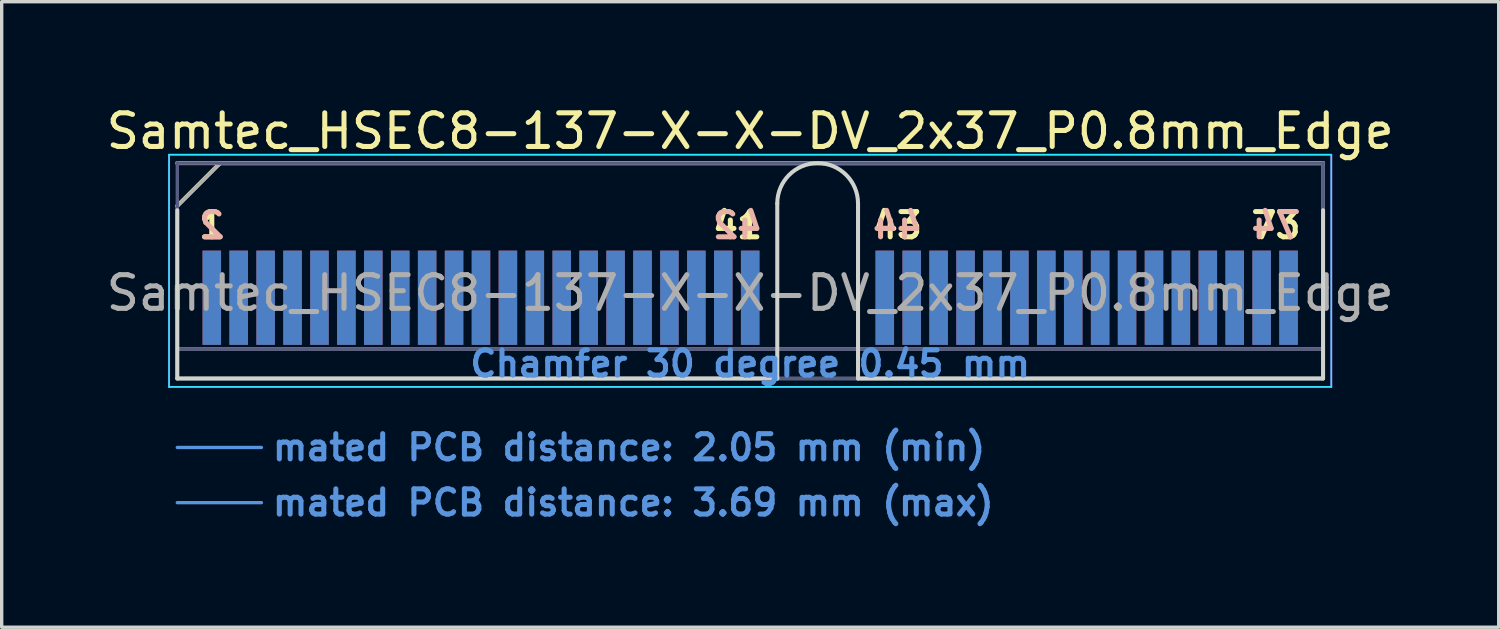
<source format=kicad_pcb>
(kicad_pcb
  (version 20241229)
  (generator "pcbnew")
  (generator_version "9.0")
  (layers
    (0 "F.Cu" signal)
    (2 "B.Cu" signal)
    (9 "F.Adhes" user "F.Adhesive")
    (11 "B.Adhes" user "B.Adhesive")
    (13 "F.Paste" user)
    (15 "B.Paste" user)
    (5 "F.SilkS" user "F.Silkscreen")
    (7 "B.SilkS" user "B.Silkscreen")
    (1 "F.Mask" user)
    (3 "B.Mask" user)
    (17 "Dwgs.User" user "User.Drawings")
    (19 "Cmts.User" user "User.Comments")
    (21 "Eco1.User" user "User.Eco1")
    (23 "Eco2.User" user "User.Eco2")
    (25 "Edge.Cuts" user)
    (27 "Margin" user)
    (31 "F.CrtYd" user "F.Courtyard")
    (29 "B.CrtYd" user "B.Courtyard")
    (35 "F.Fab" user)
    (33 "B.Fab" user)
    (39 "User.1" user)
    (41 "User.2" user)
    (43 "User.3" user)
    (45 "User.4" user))
  (footprint "Samtec_HSEC8-137-X-X-DV_2x37_P0.8mm_Edge"
    (layer "F.Cu")
    (at 19.244 8.198)
    (property "Reference" "Samtec_HSEC8-137-X-X-DV_2x37_P0.8mm_Edge" (at 0 -7.35 0) (layer "F.SilkS") (effects (font (size 1 1) (thickness 0.15))))
    (attr exclude_from_pos_files exclude_from_bom)
    (fp_line (start -17.025 -5.13) (end -15.755 -6.4) (stroke (width 0.12) (type solid)) (layer "F.SilkS"))
    (fp_line (start -15.755 -6.4) (end 17.025 -6.4) (stroke (width 0.12) (type solid)) (layer "F.SilkS"))
    (fp_line (start -17.025 -6.4) (end -17.025 -6.4) (stroke (width 0.12) (type solid)) (layer "B.SilkS"))
    (fp_line (start -17.025 -6.4) (end 17.025 -6.4) (stroke (width 0.12) (type solid)) (layer "B.SilkS"))
    (fp_line (start -17.025 2.05) (end -14.525 2.05) (stroke (width 0.1) (type solid)) (layer "Cmts.User"))
    (fp_line (start -17.025 3.69) (end -14.525 3.69) (stroke (width 0.1) (type solid)) (layer "Cmts.User"))
    (fp_line (start -17.025 -5) (end -17.025 0) (stroke (width 0.12) (type solid)) (layer "Edge.Cuts"))
    (fp_line (start -17.025 0) (end 0.805 0) (stroke (width 0.12) (type solid)) (layer "Edge.Cuts"))
    (fp_line (start 0.805 0) (end 0.805 -5.2) (stroke (width 0.12) (type solid)) (layer "Edge.Cuts"))
    (fp_line (start 3.205 -5.2) (end 3.205 0) (stroke (width 0.12) (type solid)) (layer "Edge.Cuts"))
    (fp_line (start 3.205 0) (end 17.025 0) (stroke (width 0.12) (type solid)) (layer "Edge.Cuts"))
    (fp_line (start 17.025 0) (end 17.025 -5) (stroke (width 0.12) (type solid)) (layer "Edge.Cuts"))
    (fp_arc (start 0.805 -5.2) (mid 2.005 -6.4) (end 3.205 -5.2) (stroke (width 0.12) (type solid)) (layer "Edge.Cuts"))
    (fp_line (start -17.27 -6.65) (end -17.27 0.25) (stroke (width 0.05) (type solid)) (layer "B.CrtYd"))
    (fp_line (start -17.27 0.25) (end 17.27 0.25) (stroke (width 0.05) (type solid)) (layer "B.CrtYd"))
    (fp_line (start 17.27 -6.65) (end -17.27 -6.65) (stroke (width 0.05) (type solid)) (layer "B.CrtYd"))
    (fp_line (start 17.27 0.25) (end 17.27 -6.65) (stroke (width 0.05) (type solid)) (layer "B.CrtYd"))
    (fp_line (start -17.27 -6.65) (end -17.27 0.25) (stroke (width 0.05) (type solid)) (layer "F.CrtYd"))
    (fp_line (start -17.27 0.25) (end 17.27 0.25) (stroke (width 0.05) (type solid)) (layer "F.CrtYd"))
    (fp_line (start 17.27 -6.65) (end -17.27 -6.65) (stroke (width 0.05) (type solid)) (layer "F.CrtYd"))
    (fp_line (start 17.27 0.25) (end 17.27 -6.65) (stroke (width 0.05) (type solid)) (layer "F.CrtYd"))
    (fp_line (start -17.025 -6.4) (end -17.025 -6.4) (stroke (width 0.1) (type solid)) (layer "B.Fab"))
    (fp_line (start -17.025 -6.4) (end -17.025 0) (stroke (width 0.1) (type solid)) (layer "B.Fab"))
    (fp_line (start -17.025 -6.4) (end 17.025 -6.4) (stroke (width 0.1) (type solid)) (layer "B.Fab"))
    (fp_line (start -17.025 -0.88) (end 17.025 -0.88) (stroke (width 0.1) (type solid)) (layer "B.Fab"))
    (fp_line (start -17.025 0) (end 17.025 0) (stroke (width 0.1) (type solid)) (layer "B.Fab"))
    (fp_line (start 17.025 -6.4) (end 17.025 0) (stroke (width 0.1) (type solid)) (layer "B.Fab"))
    (fp_line (start -17.025 -5.13) (end -17.025 0) (stroke (width 0.1) (type solid)) (layer "F.Fab"))
    (fp_line (start -17.025 -5.13) (end -15.755 -6.4) (stroke (width 0.1) (type solid)) (layer "F.Fab"))
    (fp_line (start -17.025 -0.88) (end 17.025 -0.88) (stroke (width 0.1) (type solid)) (layer "F.Fab"))
    (fp_line (start -17.025 0) (end 17.025 0) (stroke (width 0.1) (type solid)) (layer "F.Fab"))
    (fp_line (start -15.755 -6.4) (end 17.025 -6.4) (stroke (width 0.1) (type solid)) (layer "F.Fab"))
    (fp_line (start 17.025 -6.4) (end 17.025 0) (stroke (width 0.1) (type solid)) (layer "F.Fab"))
    (fp_text user "1" (at -16 -4.55 0) (layer "F.SilkS") (effects (font (size 0.75 0.75) (thickness 0.15))))
    (fp_text user "41" (at -0.375 -4.55 0) (layer "F.SilkS") (effects (font (size 0.75 0.75) (thickness 0.15))))
    (fp_text user "73" (at 15.625 -4.55 0) (layer "F.SilkS") (effects (font (size 0.75 0.75) (thickness 0.15))))
    (fp_text user "43" (at 4.375 -4.55 0) (layer "F.SilkS") (effects (font (size 0.75 0.75) (thickness 0.15))))
    (fp_text user "74" (at 15.625 -4.55 0) (layer "B.SilkS") (effects (font (size 0.75 0.75) (thickness 0.15)) (justify mirror)))
    (fp_text user "42" (at -0.375 -4.55 0) (layer "B.SilkS") (effects (font (size 0.75 0.75) (thickness 0.15)) (justify mirror)))
    (fp_text user "2" (at -16 -4.55 0) (layer "B.SilkS") (effects (font (size 0.75 0.75) (thickness 0.15)) (justify mirror)))
    (fp_text user "44" (at 4.375 -4.55 0) (layer "B.SilkS") (effects (font (size 0.75 0.75) (thickness 0.15)) (justify mirror)))
    (fp_text user "mated PCB distance: 2.05 mm (min)" (at -14.27 2.05 0) (layer "Cmts.User") (effects (font (size 0.75 0.75) (thickness 0.15)) (justify left)))
    (fp_text user "mated PCB distance: 3.69 mm (max)" (at -14.27 3.69 0) (layer "Cmts.User") (effects (font (size 0.75 0.75) (thickness 0.15)) (justify left)))
    (fp_text user "Chamfer 30 degree 0.45 mm" (at 0 -0.44 0) (layer "Cmts.User") (effects (font (size 0.75 0.75) (thickness 0.15))))
    (fp_text user "${REFERENCE}" (at 0 -2.54 0) (layer "F.Fab") (effects (font (size 1 1) (thickness 0.15))))
    (pad "1" connect rect (at -16 -2.4) (size 0.55 2.8) (layers "F.Cu" "F.Mask"))
    (pad "2" connect rect (at -16 -2.4) (size 0.55 2.8) (layers "B.Cu" "B.Mask"))
    (pad "3" connect rect (at -15.2 -2.4) (size 0.55 2.8) (layers "F.Cu" "F.Mask"))
    (pad "4" connect rect (at -15.2 -2.4) (size 0.55 2.8) (layers "B.Cu" "B.Mask"))
    (pad "5" connect rect (at -14.4 -2.4) (size 0.55 2.8) (layers "F.Cu" "F.Mask"))
    (pad "6" connect rect (at -14.4 -2.4) (size 0.55 2.8) (layers "B.Cu" "B.Mask"))
    (pad "7" connect rect (at -13.6 -2.4) (size 0.55 2.8) (layers "F.Cu" "F.Mask"))
    (pad "8" connect rect (at -13.6 -2.4) (size 0.55 2.8) (layers "B.Cu" "B.Mask"))
    (pad "9" connect rect (at -12.8 -2.4) (size 0.55 2.8) (layers "F.Cu" "F.Mask"))
    (pad "10" connect rect (at -12.8 -2.4) (size 0.55 2.8) (layers "B.Cu" "B.Mask"))
    (pad "11" connect rect (at -12 -2.4) (size 0.55 2.8) (layers "F.Cu" "F.Mask"))
    (pad "12" connect rect (at -12 -2.4) (size 0.55 2.8) (layers "B.Cu" "B.Mask"))
    (pad "13" connect rect (at -11.2 -2.4) (size 0.55 2.8) (layers "F.Cu" "F.Mask"))
    (pad "14" connect rect (at -11.2 -2.4) (size 0.55 2.8) (layers "B.Cu" "B.Mask"))
    (pad "15" connect rect (at -10.4 -2.4) (size 0.55 2.8) (layers "F.Cu" "F.Mask"))
    (pad "16" connect rect (at -10.4 -2.4) (size 0.55 2.8) (layers "B.Cu" "B.Mask"))
    (pad "17" connect rect (at -9.6 -2.4) (size 0.55 2.8) (layers "F.Cu" "F.Mask"))
    (pad "18" connect rect (at -9.6 -2.4) (size 0.55 2.8) (layers "B.Cu" "B.Mask"))
    (pad "19" connect rect (at -8.8 -2.4) (size 0.55 2.8) (layers "F.Cu" "F.Mask"))
    (pad "20" connect rect (at -8.8 -2.4) (size 0.55 2.8) (layers "B.Cu" "B.Mask"))
    (pad "21" connect rect (at -8 -2.4) (size 0.55 2.8) (layers "F.Cu" "F.Mask"))
    (pad "22" connect rect (at -8 -2.4) (size 0.55 2.8) (layers "B.Cu" "B.Mask"))
    (pad "23" connect rect (at -7.2 -2.4) (size 0.55 2.8) (layers "F.Cu" "F.Mask"))
    (pad "24" connect rect (at -7.2 -2.4) (size 0.55 2.8) (layers "B.Cu" "B.Mask"))
    (pad "25" connect rect (at -6.4 -2.4) (size 0.55 2.8) (layers "F.Cu" "F.Mask"))
    (pad "26" connect rect (at -6.4 -2.4) (size 0.55 2.8) (layers "B.Cu" "B.Mask"))
    (pad "27" connect rect (at -5.6 -2.4) (size 0.55 2.8) (layers "F.Cu" "F.Mask"))
    (pad "28" connect rect (at -5.6 -2.4) (size 0.55 2.8) (layers "B.Cu" "B.Mask"))
    (pad "29" connect rect (at -4.8 -2.4) (size 0.55 2.8) (layers "F.Cu" "F.Mask"))
    (pad "30" connect rect (at -4.8 -2.4) (size 0.55 2.8) (layers "B.Cu" "B.Mask"))
    (pad "31" connect rect (at -4 -2.4) (size 0.55 2.8) (layers "F.Cu" "F.Mask"))
    (pad "32" connect rect (at -4 -2.4) (size 0.55 2.8) (layers "B.Cu" "B.Mask"))
    (pad "33" connect rect (at -3.2 -2.4) (size 0.55 2.8) (layers "F.Cu" "F.Mask"))
    (pad "34" connect rect (at -3.2 -2.4) (size 0.55 2.8) (layers "B.Cu" "B.Mask"))
    (pad "35" connect rect (at -2.4 -2.4) (size 0.55 2.8) (layers "F.Cu" "F.Mask"))
    (pad "36" connect rect (at -2.4 -2.4) (size 0.55 2.8) (layers "B.Cu" "B.Mask"))
    (pad "37" connect rect (at -1.6 -2.4) (size 0.55 2.8) (layers "F.Cu" "F.Mask"))
    (pad "38" connect rect (at -1.6 -2.4) (size 0.55 2.8) (layers "B.Cu" "B.Mask"))
    (pad "39" connect rect (at -0.8 -2.4) (size 0.55 2.8) (layers "F.Cu" "F.Mask"))
    (pad "40" connect rect (at -0.8 -2.4) (size 0.55 2.8) (layers "B.Cu" "B.Mask"))
    (pad "41" connect rect (at 0 -2.4) (size 0.55 2.8) (layers "F.Cu" "F.Mask"))
    (pad "42" connect rect (at 0 -2.4) (size 0.55 2.8) (layers "B.Cu" "B.Mask"))
    (pad "43" connect rect (at 4 -2.4) (size 0.55 2.8) (layers "F.Cu" "F.Mask"))
    (pad "44" connect rect (at 4 -2.4) (size 0.55 2.8) (layers "B.Cu" "B.Mask"))
    (pad "45" connect rect (at 4.8 -2.4) (size 0.55 2.8) (layers "F.Cu" "F.Mask"))
    (pad "46" connect rect (at 4.8 -2.4) (size 0.55 2.8) (layers "B.Cu" "B.Mask"))
    (pad "47" connect rect (at 5.6 -2.4) (size 0.55 2.8) (layers "F.Cu" "F.Mask"))
    (pad "48" connect rect (at 5.6 -2.4) (size 0.55 2.8) (layers "B.Cu" "B.Mask"))
    (pad "49" connect rect (at 6.4 -2.4) (size 0.55 2.8) (layers "F.Cu" "F.Mask"))
    (pad "50" connect rect (at 6.4 -2.4) (size 0.55 2.8) (layers "B.Cu" "B.Mask"))
    (pad "51" connect rect (at 7.2 -2.4) (size 0.55 2.8) (layers "F.Cu" "F.Mask"))
    (pad "52" connect rect (at 7.2 -2.4) (size 0.55 2.8) (layers "B.Cu" "B.Mask"))
    (pad "53" connect rect (at 8 -2.4) (size 0.55 2.8) (layers "F.Cu" "F.Mask"))
    (pad "54" connect rect (at 8 -2.4) (size 0.55 2.8) (layers "B.Cu" "B.Mask"))
    (pad "55" connect rect (at 8.8 -2.4) (size 0.55 2.8) (layers "F.Cu" "F.Mask"))
    (pad "56" connect rect (at 8.8 -2.4) (size 0.55 2.8) (layers "B.Cu" "B.Mask"))
    (pad "57" connect rect (at 9.6 -2.4) (size 0.55 2.8) (layers "F.Cu" "F.Mask"))
    (pad "58" connect rect (at 9.6 -2.4) (size 0.55 2.8) (layers "B.Cu" "B.Mask"))
    (pad "59" connect rect (at 10.4 -2.4) (size 0.55 2.8) (layers "F.Cu" "F.Mask"))
    (pad "60" connect rect (at 10.4 -2.4) (size 0.55 2.8) (layers "B.Cu" "B.Mask"))
    (pad "61" connect rect (at 11.2 -2.4) (size 0.55 2.8) (layers "F.Cu" "F.Mask"))
    (pad "62" connect rect (at 11.2 -2.4) (size 0.55 2.8) (layers "B.Cu" "B.Mask"))
    (pad "63" connect rect (at 12 -2.4) (size 0.55 2.8) (layers "F.Cu" "F.Mask"))
    (pad "64" connect rect (at 12 -2.4) (size 0.55 2.8) (layers "B.Cu" "B.Mask"))
    (pad "65" connect rect (at 12.8 -2.4) (size 0.55 2.8) (layers "F.Cu" "F.Mask"))
    (pad "66" connect rect (at 12.8 -2.4) (size 0.55 2.8) (layers "B.Cu" "B.Mask"))
    (pad "67" connect rect (at 13.6 -2.4) (size 0.55 2.8) (layers "F.Cu" "F.Mask"))
    (pad "68" connect rect (at 13.6 -2.4) (size 0.55 2.8) (layers "B.Cu" "B.Mask"))
    (pad "69" connect rect (at 14.4 -2.4) (size 0.55 2.8) (layers "F.Cu" "F.Mask"))
    (pad "70" connect rect (at 14.4 -2.4) (size 0.55 2.8) (layers "B.Cu" "B.Mask"))
    (pad "71" connect rect (at 15.2 -2.4) (size 0.55 2.8) (layers "F.Cu" "F.Mask"))
    (pad "72" connect rect (at 15.2 -2.4) (size 0.55 2.8) (layers "B.Cu" "B.Mask"))
    (pad "73" connect rect (at 16 -2.4) (size 0.55 2.8) (layers "F.Cu" "F.Mask"))
    (pad "74" connect rect (at 16 -2.4) (size 0.55 2.8) (layers "B.Cu" "B.Mask")))
  (gr_rect
    (start -3 -3)
    (end 41.488 15.59)
    (stroke (width 0.1) (type default))
    (fill no)
    (layer "Edge.Cuts")))
</source>
